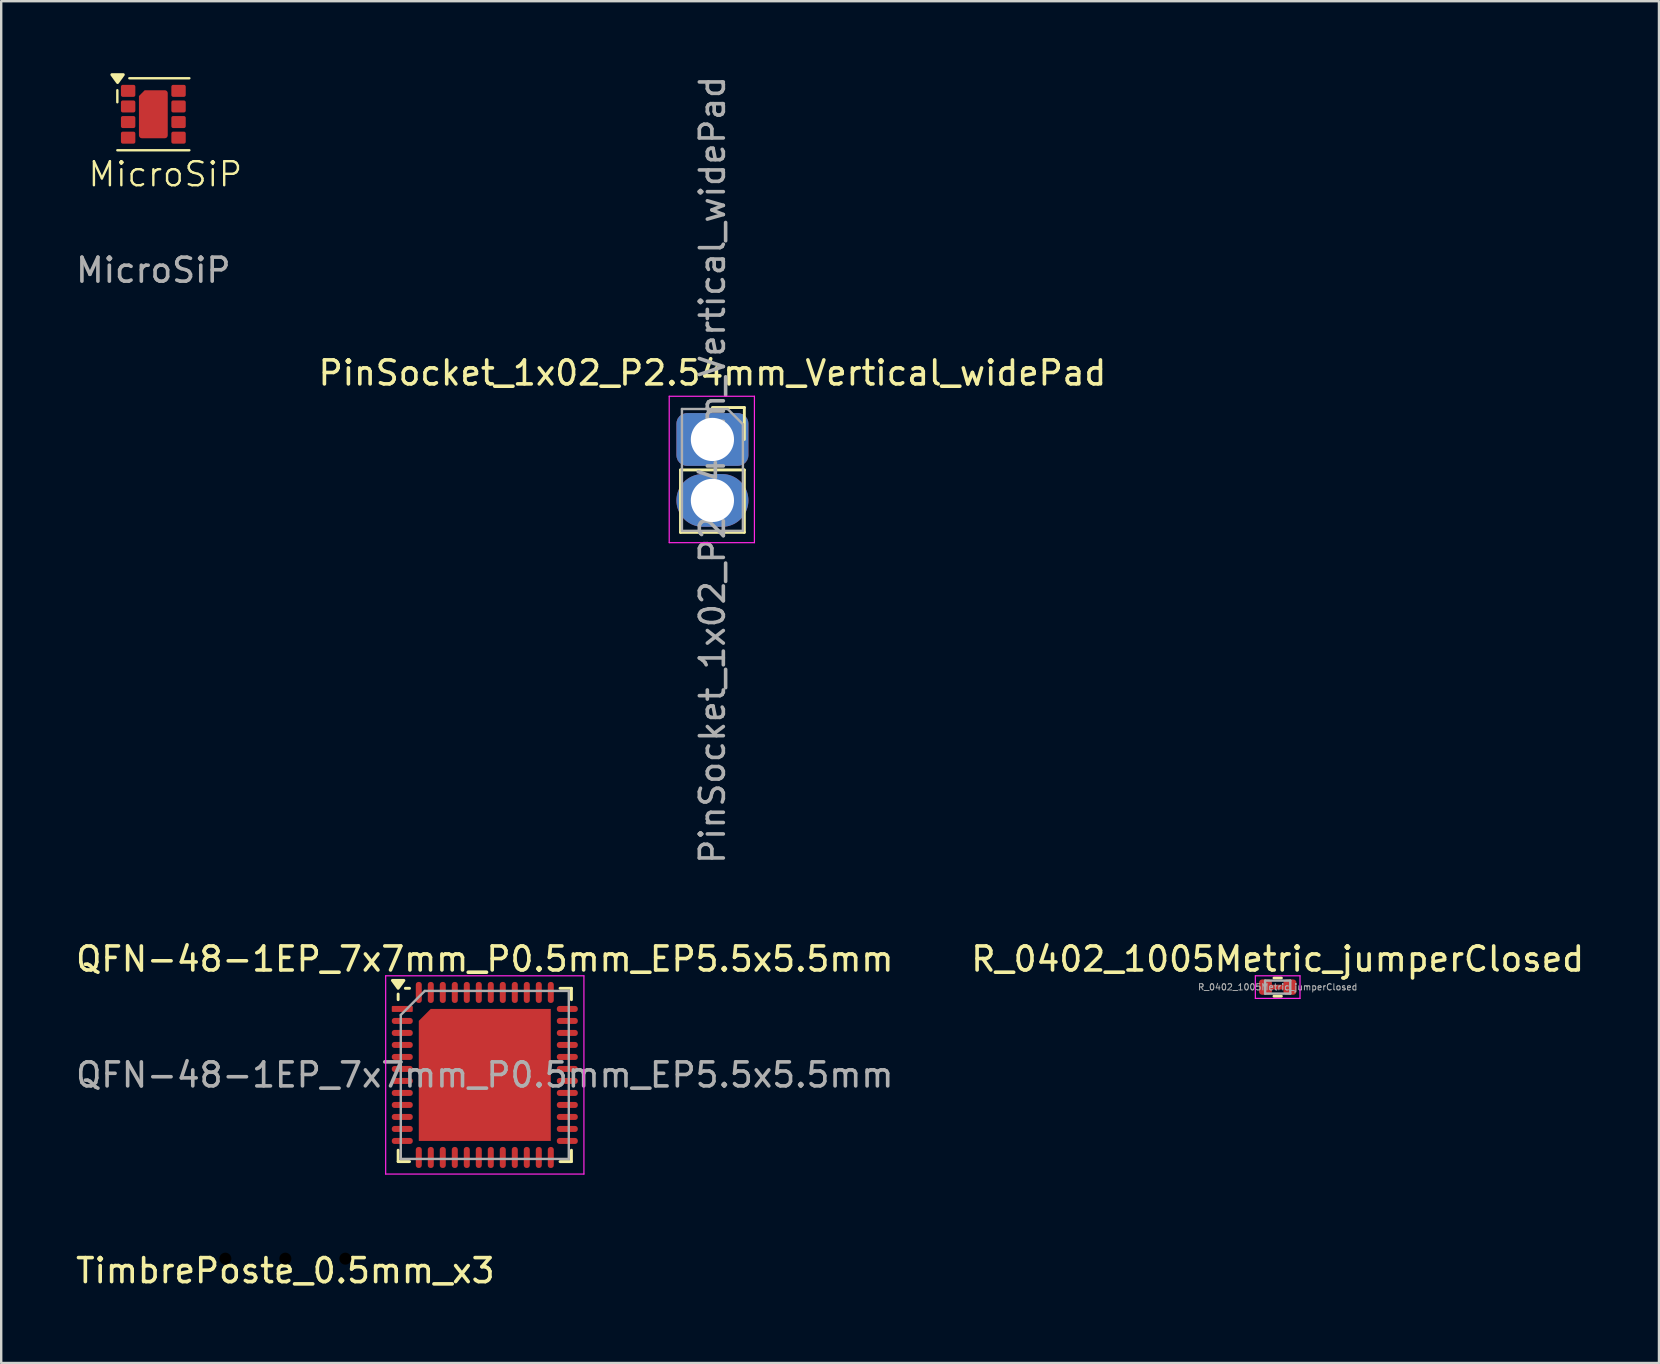
<source format=kicad_pcb>
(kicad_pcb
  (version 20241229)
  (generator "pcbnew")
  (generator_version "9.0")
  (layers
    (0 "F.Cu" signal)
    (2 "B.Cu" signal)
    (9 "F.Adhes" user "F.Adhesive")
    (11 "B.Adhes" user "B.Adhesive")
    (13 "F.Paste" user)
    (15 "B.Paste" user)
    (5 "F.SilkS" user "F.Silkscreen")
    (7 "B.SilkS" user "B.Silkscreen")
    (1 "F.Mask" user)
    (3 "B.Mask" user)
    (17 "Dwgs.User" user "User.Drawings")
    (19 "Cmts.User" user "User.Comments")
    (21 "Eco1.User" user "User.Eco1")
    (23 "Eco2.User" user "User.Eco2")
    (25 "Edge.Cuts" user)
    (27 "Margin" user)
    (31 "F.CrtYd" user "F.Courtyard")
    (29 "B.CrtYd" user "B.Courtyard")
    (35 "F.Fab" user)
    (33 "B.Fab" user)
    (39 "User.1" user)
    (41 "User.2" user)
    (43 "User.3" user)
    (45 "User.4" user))
  (footprint "R_0402_1005Metric_jumperClosed"
    (placed yes)
    (layer "F.Cu")
    (at 50.185 38.078)
    (property "Reference" "R_0402_1005Metric_jumperClosed" (at 0 -1.17 180) (layer "F.SilkS") (effects (font (size 1 1) (thickness 0.15))))
    (attr smd exclude_from_bom)
    (fp_line (start -0.51 0) (end 0.51 0) (stroke (width 0.2) (type default)) (layer "F.Cu"))
    (fp_line (start -0.51 0) (end 0.51 0) (stroke (width 0.2) (type default)) (layer "F.Mask"))
    (fp_line (start -0.154 -0.38) (end 0.154 -0.38) (stroke (width 0.12) (type solid)) (layer "F.SilkS"))
    (fp_line (start -0.154 0.38) (end 0.154 0.38) (stroke (width 0.12) (type solid)) (layer "F.SilkS"))
    (fp_line (start -0.93 -0.47) (end 0.93 -0.47) (stroke (width 0.05) (type solid)) (layer "F.CrtYd"))
    (fp_line (start -0.93 0.47) (end -0.93 -0.47) (stroke (width 0.05) (type solid)) (layer "F.CrtYd"))
    (fp_line (start 0.93 -0.47) (end 0.93 0.47) (stroke (width 0.05) (type solid)) (layer "F.CrtYd"))
    (fp_line (start 0.93 0.47) (end -0.93 0.47) (stroke (width 0.05) (type solid)) (layer "F.CrtYd"))
    (fp_line (start -0.525 -0.27) (end 0.525 -0.27) (stroke (width 0.1) (type solid)) (layer "F.Fab"))
    (fp_line (start -0.525 0.27) (end -0.525 -0.27) (stroke (width 0.1) (type solid)) (layer "F.Fab"))
    (fp_line (start 0.525 -0.27) (end 0.525 0.27) (stroke (width 0.1) (type solid)) (layer "F.Fab"))
    (fp_line (start 0.525 0.27) (end -0.525 0.27) (stroke (width 0.1) (type solid)) (layer "F.Fab"))
    (fp_text user "${REFERENCE}" (at 0 0 180) (layer "F.Fab") (effects (font (size 0.26 0.26) (thickness 0.04))))
    (pad "1" smd roundrect (at -0.51 0) (size 0.54 0.64) (layers "F.Cu" "F.Mask") (roundrect_rratio 0.25))
    (pad "2" smd roundrect (at 0.51 0) (size 0.54 0.64) (layers "F.Cu" "F.Mask") (roundrect_rratio 0.25)))
  (footprint "PinSocket_1x02_P2.54mm_Vertical_widePad"
    (layer "F.Cu")
    (at 26.633 15.26)
    (property "Reference" "PinSocket_1x02_P2.54mm_Vertical_widePad" (at 0 -2.77 180) (layer "F.SilkS") (effects (font (size 1 1) (thickness 0.15))))
    (attr through_hole)
    (fp_line (start -1.33 1.27) (end -1.33 3.87) (stroke (width 0.12) (type solid)) (layer "F.SilkS"))
    (fp_line (start -1.33 1.27) (end 1.33 1.27) (stroke (width 0.12) (type solid)) (layer "F.SilkS"))
    (fp_line (start -1.33 3.87) (end 1.33 3.87) (stroke (width 0.12) (type solid)) (layer "F.SilkS"))
    (fp_line (start 0 -1.33) (end 1.33 -1.33) (stroke (width 0.12) (type solid)) (layer "F.SilkS"))
    (fp_line (start 1.33 -1.33) (end 1.33 0) (stroke (width 0.12) (type solid)) (layer "F.SilkS"))
    (fp_line (start 1.33 1.27) (end 1.33 3.87) (stroke (width 0.12) (type solid)) (layer "F.SilkS"))
    (fp_line (start -1.8 -1.8) (end 1.75 -1.8) (stroke (width 0.05) (type solid)) (layer "F.CrtYd"))
    (fp_line (start -1.8 4.3) (end -1.8 -1.8) (stroke (width 0.05) (type solid)) (layer "F.CrtYd"))
    (fp_line (start 1.75 -1.8) (end 1.75 4.3) (stroke (width 0.05) (type solid)) (layer "F.CrtYd"))
    (fp_line (start 1.75 4.3) (end -1.8 4.3) (stroke (width 0.05) (type solid)) (layer "F.CrtYd"))
    (fp_line (start -1.27 -1.27) (end 0.635 -1.27) (stroke (width 0.1) (type solid)) (layer "F.Fab"))
    (fp_line (start -1.27 3.81) (end -1.27 -1.27) (stroke (width 0.1) (type solid)) (layer "F.Fab"))
    (fp_line (start 0.635 -1.27) (end 1.27 -0.635) (stroke (width 0.1) (type solid)) (layer "F.Fab"))
    (fp_line (start 1.27 -0.635) (end 1.27 3.81) (stroke (width 0.1) (type solid)) (layer "F.Fab"))
    (fp_line (start 1.27 3.81) (end -1.27 3.81) (stroke (width 0.1) (type solid)) (layer "F.Fab"))
    (fp_text user "${REFERENCE}" (at 0 1.27 270) (layer "F.Fab") (effects (font (size 1 1) (thickness 0.15))))
    (pad "1" thru_hole roundrect (at 0 0) (size 3 2.2) (drill 1.8) (layers "*.Cu" "*.Mask") (roundrect_rratio 0.2))
    (pad "2" thru_hole oval (at 0 2.54) (size 3 2.2) (drill 1.8) (layers "*.Cu" "*.Mask")))
  (footprint "QFN-48-1EP_7x7mm_P0.5mm_EP5.5x5.5mm"
    (layer "F.Cu")
    (at 17.149 41.738)
    (property "Reference" "QFN-48-1EP_7x7mm_P0.5mm_EP5.5x5.5mm" (at 0 -4.83 0) (layer "F.SilkS") (effects (font (size 1 1) (thickness 0.15))))
    (attr smd)
    (fp_line (start -3.61 -3.135) (end -3.61 -3.37) (stroke (width 0.12) (type solid)) (layer "F.SilkS"))
    (fp_line (start -3.61 3.61) (end -3.61 3.135) (stroke (width 0.12) (type solid)) (layer "F.SilkS"))
    (fp_line (start -3.135 -3.61) (end -3.31 -3.61) (stroke (width 0.12) (type solid)) (layer "F.SilkS"))
    (fp_line (start -3.135 3.61) (end -3.61 3.61) (stroke (width 0.12) (type solid)) (layer "F.SilkS"))
    (fp_line (start 3.135 -3.61) (end 3.61 -3.61) (stroke (width 0.12) (type solid)) (layer "F.SilkS"))
    (fp_line (start 3.135 3.61) (end 3.61 3.61) (stroke (width 0.12) (type solid)) (layer "F.SilkS"))
    (fp_line (start 3.61 -3.61) (end 3.61 -3.135) (stroke (width 0.12) (type solid)) (layer "F.SilkS"))
    (fp_line (start 3.61 3.61) (end 3.61 3.135) (stroke (width 0.12) (type solid)) (layer "F.SilkS"))
    (fp_poly (pts (xy -3.61 -3.61) (xy -3.85 -3.94) (xy -3.37 -3.94) (xy -3.61 -3.61)) (stroke (width 0.12) (type solid)) (fill yes) (layer "F.SilkS"))
    (fp_line (start -4.13 -4.13) (end -4.13 4.13) (stroke (width 0.05) (type solid)) (layer "F.CrtYd"))
    (fp_line (start -4.13 4.13) (end 4.13 4.13) (stroke (width 0.05) (type solid)) (layer "F.CrtYd"))
    (fp_line (start 4.13 -4.13) (end -4.13 -4.13) (stroke (width 0.05) (type solid)) (layer "F.CrtYd"))
    (fp_line (start 4.13 4.13) (end 4.13 -4.13) (stroke (width 0.05) (type solid)) (layer "F.CrtYd"))
    (fp_line (start -3.5 -2.5) (end -2.5 -3.5) (stroke (width 0.1) (type solid)) (layer "F.Fab"))
    (fp_line (start -3.5 3.5) (end -3.5 -2.5) (stroke (width 0.1) (type solid)) (layer "F.Fab"))
    (fp_line (start -2.5 -3.5) (end 3.5 -3.5) (stroke (width 0.1) (type solid)) (layer "F.Fab"))
    (fp_line (start 3.5 -3.5) (end 3.5 3.5) (stroke (width 0.1) (type solid)) (layer "F.Fab"))
    (fp_line (start 3.5 3.5) (end -3.5 3.5) (stroke (width 0.1) (type solid)) (layer "F.Fab"))
    (fp_text user "${REFERENCE}" (at 0 0 0) (layer "F.Fab") (effects (font (size 1 1) (thickness 0.15))))
    (pad "" smd roundrect (at -2.1 -2.1) (size 1.13 1.13) (layers "F.Paste") (roundrect_rratio 0.221) (chamfer_ratio 0.4) (chamfer top_left))
    (pad "" smd roundrect (at -2.1 -0.7) (size 1.13 1.13) (layers "F.Paste") (roundrect_rratio 0.221))
    (pad "" smd roundrect (at -2.1 0.7) (size 1.13 1.13) (layers "F.Paste") (roundrect_rratio 0.221))
    (pad "" smd roundrect (at -2.1 2.1) (size 1.13 1.13) (layers "F.Paste") (roundrect_rratio 0.221))
    (pad "" smd roundrect (at -0.7 -2.1) (size 1.13 1.13) (layers "F.Paste") (roundrect_rratio 0.221))
    (pad "" smd roundrect (at -0.7 -0.7) (size 1.13 1.13) (layers "F.Paste") (roundrect_rratio 0.221))
    (pad "" smd roundrect (at -0.7 0.7) (size 1.13 1.13) (layers "F.Paste") (roundrect_rratio 0.221))
    (pad "" smd roundrect (at -0.7 2.1) (size 1.13 1.13) (layers "F.Paste") (roundrect_rratio 0.221))
    (pad "" smd roundrect (at 0.7 -2.1) (size 1.13 1.13) (layers "F.Paste") (roundrect_rratio 0.221))
    (pad "" smd roundrect (at 0.7 -0.7) (size 1.13 1.13) (layers "F.Paste") (roundrect_rratio 0.221))
    (pad "" smd roundrect (at 0.7 0.7) (size 1.13 1.13) (layers "F.Paste") (roundrect_rratio 0.221))
    (pad "" smd roundrect (at 0.7 2.1) (size 1.13 1.13) (layers "F.Paste") (roundrect_rratio 0.221))
    (pad "" smd roundrect (at 2.1 -2.1) (size 1.13 1.13) (layers "F.Paste") (roundrect_rratio 0.221))
    (pad "" smd roundrect (at 2.1 -0.7) (size 1.13 1.13) (layers "F.Paste") (roundrect_rratio 0.221))
    (pad "" smd roundrect (at 2.1 0.7) (size 1.13 1.13) (layers "F.Paste") (roundrect_rratio 0.221))
    (pad "" smd roundrect (at 2.1 2.1) (size 1.13 1.13) (layers "F.Paste") (roundrect_rratio 0.221))
    (pad "1" smd roundrect (at -3.438 -2.75) (size 0.875 0.25) (layers "F.Cu" "F.Mask" "F.Paste") (roundrect_rratio 0.15))
    (pad "2" smd roundrect (at -3.438 -2.25) (size 0.875 0.25) (layers "F.Cu" "F.Mask" "F.Paste") (roundrect_rratio 0.45))
    (pad "3" smd roundrect (at -3.438 -1.75) (size 0.875 0.25) (layers "F.Cu" "F.Mask" "F.Paste") (roundrect_rratio 0.45))
    (pad "4" smd roundrect (at -3.438 -1.25) (size 0.875 0.25) (layers "F.Cu" "F.Mask" "F.Paste") (roundrect_rratio 0.45))
    (pad "5" smd roundrect (at -3.438 -0.75) (size 0.875 0.25) (layers "F.Cu" "F.Mask" "F.Paste") (roundrect_rratio 0.45))
    (pad "6" smd roundrect (at -3.438 -0.25) (size 0.875 0.25) (layers "F.Cu" "F.Mask" "F.Paste") (roundrect_rratio 0.45))
    (pad "7" smd roundrect (at -3.438 0.25) (size 0.875 0.25) (layers "F.Cu" "F.Mask" "F.Paste") (roundrect_rratio 0.45))
    (pad "8" smd roundrect (at -3.438 0.75) (size 0.875 0.25) (layers "F.Cu" "F.Mask" "F.Paste") (roundrect_rratio 0.45))
    (pad "9" smd roundrect (at -3.438 1.25) (size 0.875 0.25) (layers "F.Cu" "F.Mask" "F.Paste") (roundrect_rratio 0.45))
    (pad "10" smd roundrect (at -3.438 1.75) (size 0.875 0.25) (layers "F.Cu" "F.Mask" "F.Paste") (roundrect_rratio 0.45))
    (pad "11" smd roundrect (at -3.438 2.25) (size 0.875 0.25) (layers "F.Cu" "F.Mask" "F.Paste") (roundrect_rratio 0.45))
    (pad "12" smd roundrect (at -3.438 2.75) (size 0.875 0.25) (layers "F.Cu" "F.Mask" "F.Paste") (roundrect_rratio 0.45))
    (pad "13" smd roundrect (at -2.75 3.438) (size 0.25 0.875) (layers "F.Cu" "F.Mask" "F.Paste") (roundrect_rratio 0.45))
    (pad "14" smd roundrect (at -2.25 3.438) (size 0.25 0.875) (layers "F.Cu" "F.Mask" "F.Paste") (roundrect_rratio 0.45))
    (pad "15" smd roundrect (at -1.75 3.438) (size 0.25 0.875) (layers "F.Cu" "F.Mask" "F.Paste") (roundrect_rratio 0.45))
    (pad "16" smd roundrect (at -1.25 3.438) (size 0.25 0.875) (layers "F.Cu" "F.Mask" "F.Paste") (roundrect_rratio 0.45))
    (pad "17" smd roundrect (at -0.75 3.438) (size 0.25 0.875) (layers "F.Cu" "F.Mask" "F.Paste") (roundrect_rratio 0.45))
    (pad "18" smd roundrect (at -0.25 3.438) (size 0.25 0.875) (layers "F.Cu" "F.Mask" "F.Paste") (roundrect_rratio 0.45))
    (pad "19" smd roundrect (at 0.25 3.438) (size 0.25 0.875) (layers "F.Cu" "F.Mask" "F.Paste") (roundrect_rratio 0.45))
    (pad "20" smd roundrect (at 0.75 3.438) (size 0.25 0.875) (layers "F.Cu" "F.Mask" "F.Paste") (roundrect_rratio 0.45))
    (pad "21" smd roundrect (at 1.25 3.438) (size 0.25 0.875) (layers "F.Cu" "F.Mask" "F.Paste") (roundrect_rratio 0.45))
    (pad "22" smd roundrect (at 1.75 3.438) (size 0.25 0.875) (layers "F.Cu" "F.Mask" "F.Paste") (roundrect_rratio 0.45))
    (pad "23" smd roundrect (at 2.25 3.438) (size 0.25 0.875) (layers "F.Cu" "F.Mask" "F.Paste") (roundrect_rratio 0.45))
    (pad "24" smd roundrect (at 2.75 3.438) (size 0.25 0.875) (layers "F.Cu" "F.Mask" "F.Paste") (roundrect_rratio 0.45))
    (pad "25" smd roundrect (at 3.438 2.75) (size 0.875 0.25) (layers "F.Cu" "F.Mask" "F.Paste") (roundrect_rratio 0.45))
    (pad "26" smd roundrect (at 3.438 2.25) (size 0.875 0.25) (layers "F.Cu" "F.Mask" "F.Paste") (roundrect_rratio 0.45))
    (pad "27" smd roundrect (at 3.438 1.75) (size 0.875 0.25) (layers "F.Cu" "F.Mask" "F.Paste") (roundrect_rratio 0.45))
    (pad "28" smd roundrect (at 3.438 1.25) (size 0.875 0.25) (layers "F.Cu" "F.Mask" "F.Paste") (roundrect_rratio 0.45))
    (pad "29" smd roundrect (at 3.438 0.75) (size 0.875 0.25) (layers "F.Cu" "F.Mask" "F.Paste") (roundrect_rratio 0.45))
    (pad "30" smd roundrect (at 3.438 0.25) (size 0.875 0.25) (layers "F.Cu" "F.Mask" "F.Paste") (roundrect_rratio 0.45))
    (pad "31" smd roundrect (at 3.438 -0.25) (size 0.875 0.25) (layers "F.Cu" "F.Mask" "F.Paste") (roundrect_rratio 0.45))
    (pad "32" smd roundrect (at 3.438 -0.75) (size 0.875 0.25) (layers "F.Cu" "F.Mask" "F.Paste") (roundrect_rratio 0.45))
    (pad "33" smd roundrect (at 3.438 -1.25) (size 0.875 0.25) (layers "F.Cu" "F.Mask" "F.Paste") (roundrect_rratio 0.45))
    (pad "34" smd roundrect (at 3.438 -1.75) (size 0.875 0.25) (layers "F.Cu" "F.Mask" "F.Paste") (roundrect_rratio 0.45))
    (pad "35" smd roundrect (at 3.438 -2.25) (size 0.875 0.25) (layers "F.Cu" "F.Mask" "F.Paste") (roundrect_rratio 0.45))
    (pad "36" smd roundrect (at 3.438 -2.75) (size 0.875 0.25) (layers "F.Cu" "F.Mask" "F.Paste") (roundrect_rratio 0.45))
    (pad "37" smd roundrect (at 2.75 -3.438) (size 0.25 0.875) (layers "F.Cu" "F.Mask" "F.Paste") (roundrect_rratio 0.45))
    (pad "38" smd roundrect (at 2.25 -3.438) (size 0.25 0.875) (layers "F.Cu" "F.Mask" "F.Paste") (roundrect_rratio 0.45))
    (pad "39" smd roundrect (at 1.75 -3.438) (size 0.25 0.875) (layers "F.Cu" "F.Mask" "F.Paste") (roundrect_rratio 0.45))
    (pad "40" smd roundrect (at 1.25 -3.438) (size 0.25 0.875) (layers "F.Cu" "F.Mask" "F.Paste") (roundrect_rratio 0.45))
    (pad "41" smd roundrect (at 0.75 -3.438) (size 0.25 0.875) (layers "F.Cu" "F.Mask" "F.Paste") (roundrect_rratio 0.45))
    (pad "42" smd roundrect (at 0.25 -3.438) (size 0.25 0.875) (layers "F.Cu" "F.Mask" "F.Paste") (roundrect_rratio 0.45))
    (pad "43" smd roundrect (at -0.25 -3.438) (size 0.25 0.875) (layers "F.Cu" "F.Mask" "F.Paste") (roundrect_rratio 0.45))
    (pad "44" smd roundrect (at -0.75 -3.438) (size 0.25 0.875) (layers "F.Cu" "F.Mask" "F.Paste") (roundrect_rratio 0.45))
    (pad "45" smd roundrect (at -1.25 -3.438) (size 0.25 0.875) (layers "F.Cu" "F.Mask" "F.Paste") (roundrect_rratio 0.45))
    (pad "46" smd roundrect (at -1.75 -3.438) (size 0.25 0.875) (layers "F.Cu" "F.Mask" "F.Paste") (roundrect_rratio 0.45))
    (pad "47" smd roundrect (at -2.25 -3.438) (size 0.25 0.875) (layers "F.Cu" "F.Mask" "F.Paste") (roundrect_rratio 0.45))
    (pad "48" smd roundrect (at -2.75 -3.438) (size 0.25 0.875) (layers "F.Cu" "F.Mask" "F.Paste") (roundrect_rratio 0.45))
    (pad "49" smd roundrect (at 0 0) (size 5.5 5.5) (property pad_prop_heatsink) (layers "F.Cu" "F.Mask") (roundrect_rratio 0) (chamfer_ratio 0.09) (chamfer top_left)))
  (footprint "TimbrePoste_0.5mm_x3"
    (layer "F.Cu")
    (at 8.839 49.393)
    (property "Reference" "TimbrePoste_0.5mm_x3" (at 0 0.5 0) (layer "F.SilkS") (effects (font (size 1 1) (thickness 0.15))))
    (attr through_hole)
    (pad "" np_thru_hole circle (at -2.5 0) (size 0.5 0.5) (drill 1) (layers "*.Mask"))
    (pad "" np_thru_hole circle (at 0 0) (size 0.5 0.5) (drill 1) (layers "*.Mask"))
    (pad "" np_thru_hole circle (at 2.5 0) (size 0.5 0.5) (drill 1) (layers "*.Mask")))
  (footprint "MicroSiP"
    (placed yes)
    (layer "F.Cu")
    (at 3.339 1.71)
    (property "Reference" "MicroSiP" (at 0.5 2.5 0) (unlocked yes) (layer "F.SilkS") (effects (font (size 1 1) (thickness 0.1))))
    (attr smd)
    (fp_line (start -1.5 -1) (end -1.5 -0.5) (stroke (width 0.1) (type default)) (layer "F.SilkS"))
    (fp_line (start -1.5 1.5) (end 1.5 1.5) (stroke (width 0.1) (type default)) (layer "F.SilkS"))
    (fp_line (start -1 -1.5) (end 1.5 -1.5) (stroke (width 0.1) (type default)) (layer "F.SilkS"))
    (fp_poly (pts (xy -1.49 -1.32) (xy -1.73 -1.65) (xy -1.25 -1.65) (xy -1.49 -1.32)) (stroke (width 0.12) (type solid)) (fill yes) (layer "F.SilkS"))
    (fp_text user "${REFERENCE}" (at 0 6.5 0) (unlocked yes) (layer "F.Fab") (effects (font (size 1 1) (thickness 0.15))))
    (pad "1" smd roundrect (at -1.05 -0.975) (size 0.6 0.5) (layers "F.Cu" "F.Mask" "F.Paste") (roundrect_rratio 0.15))
    (pad "2" smd roundrect (at -1.05 -0.325) (size 0.6 0.5) (layers "F.Cu" "F.Mask" "F.Paste") (roundrect_rratio 0.15))
    (pad "3" smd roundrect (at -1.05 0.325) (size 0.6 0.5) (layers "F.Cu" "F.Mask" "F.Paste") (roundrect_rratio 0.15))
    (pad "4" smd roundrect (at -1.05 0.975) (size 0.6 0.5) (layers "F.Cu" "F.Mask" "F.Paste") (roundrect_rratio 0.15))
    (pad "5" smd roundrect (at 1.05 0.975) (size 0.6 0.5) (layers "F.Cu" "F.Mask" "F.Paste") (roundrect_rratio 0.15))
    (pad "6" smd roundrect (at 1.05 0.325) (size 0.6 0.5) (layers "F.Cu" "F.Mask" "F.Paste") (roundrect_rratio 0.15))
    (pad "7" smd roundrect (at 1.05 -0.325) (size 0.6 0.5) (layers "F.Cu" "F.Mask" "F.Paste") (roundrect_rratio 0.15))
    (pad "8" smd roundrect (at 1.05 -0.975) (size 0.6 0.5) (layers "F.Cu" "F.Mask" "F.Paste") (roundrect_rratio 0.15))
    (pad "9" smd roundrect (at 0 0 90) (size 2 1.2) (property pad_prop_heatsink) (layers "F.Cu" "F.Mask" "F.Paste") (roundrect_rratio 0.1) (chamfer_ratio 0.2) (chamfer top_right)))
  (gr_rect
    (start -3 -3)
    (end 66.071 53.741)
    (stroke (width 0.1) (type default))
    (fill no)
    (layer "Edge.Cuts")))
</source>
